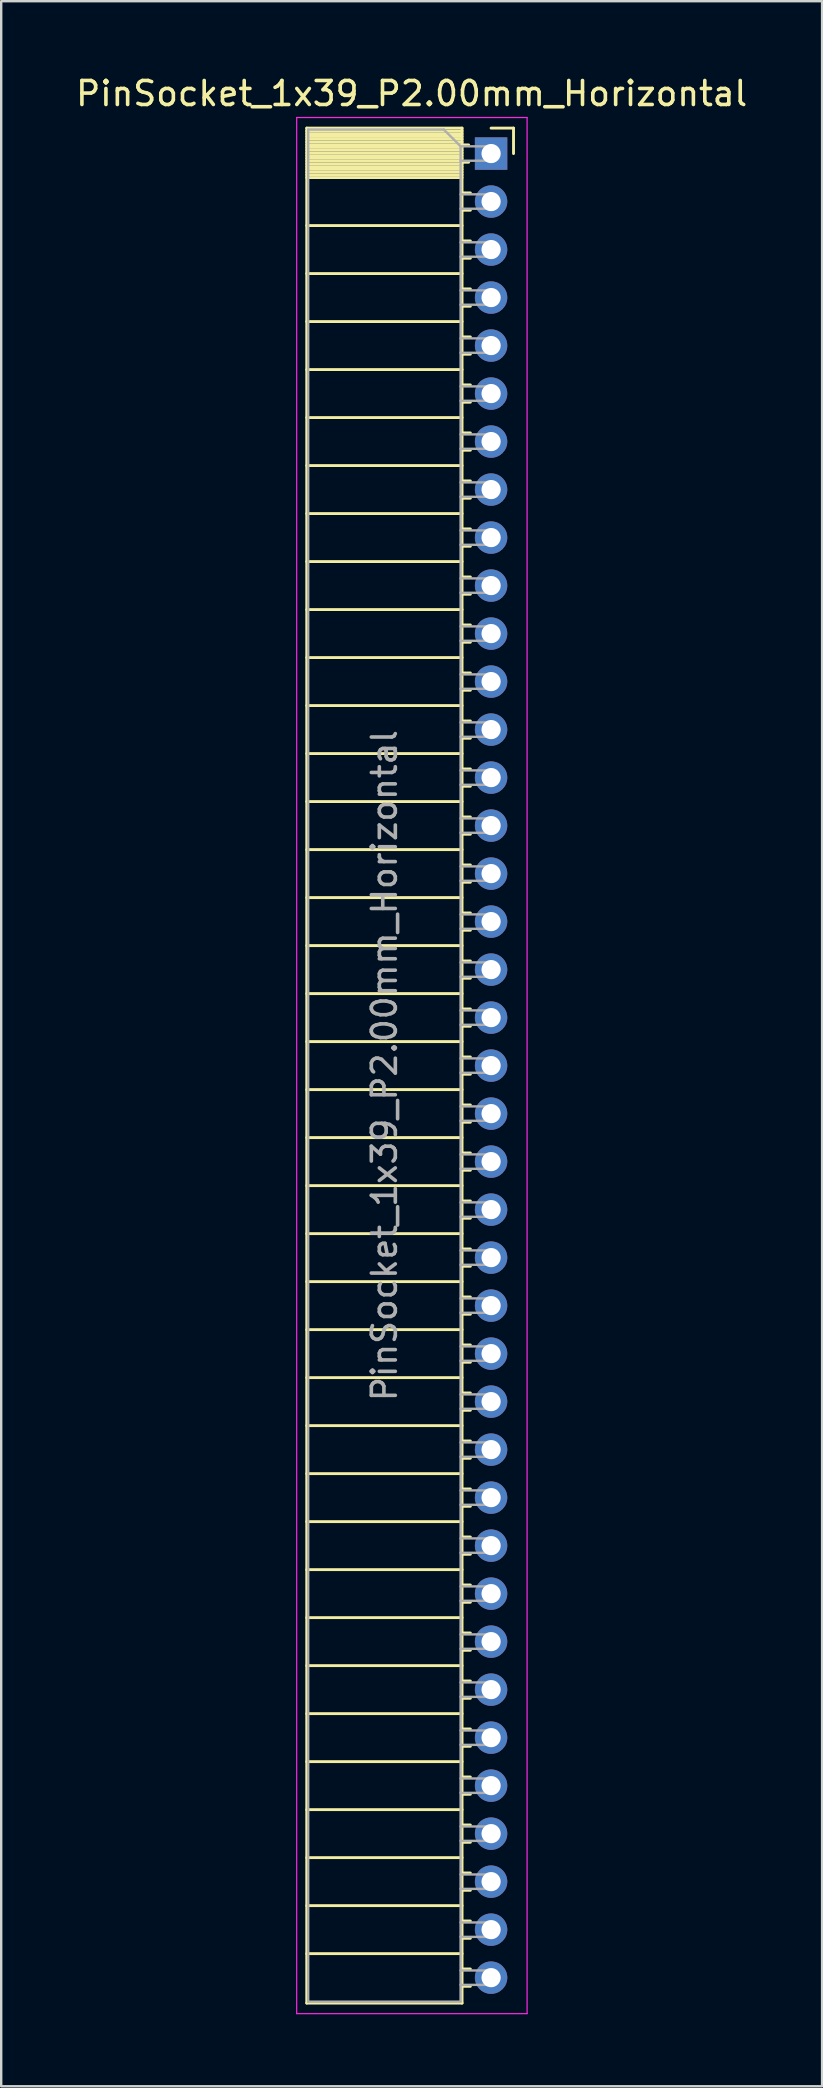
<source format=kicad_pcb>
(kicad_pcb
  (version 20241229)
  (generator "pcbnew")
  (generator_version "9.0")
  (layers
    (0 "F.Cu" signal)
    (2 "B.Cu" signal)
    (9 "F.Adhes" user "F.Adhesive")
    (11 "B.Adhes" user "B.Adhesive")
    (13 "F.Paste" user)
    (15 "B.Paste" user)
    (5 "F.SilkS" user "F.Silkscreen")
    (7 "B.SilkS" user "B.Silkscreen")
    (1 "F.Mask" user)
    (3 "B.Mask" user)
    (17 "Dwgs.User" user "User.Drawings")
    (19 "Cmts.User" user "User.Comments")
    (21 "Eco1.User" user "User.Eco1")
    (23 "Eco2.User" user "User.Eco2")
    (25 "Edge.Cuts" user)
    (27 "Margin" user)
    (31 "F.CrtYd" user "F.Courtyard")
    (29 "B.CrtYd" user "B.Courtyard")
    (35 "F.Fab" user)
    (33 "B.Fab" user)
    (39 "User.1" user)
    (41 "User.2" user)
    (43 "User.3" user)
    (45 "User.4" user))
  (footprint "PinSocket_1x39_P2.00mm_Horizontal"
    (layer "F.Cu")
    (at 17.411 3.348)
    (property "Reference" "PinSocket_1x39_P2.00mm_Horizontal" (at -3.31 -2.5 0) (layer "F.SilkS") (effects (font (size 1 1) (thickness 0.15))))
    (attr through_hole)
    (fp_line (start -7.68 -1.06) (end -7.68 77.06) (stroke (width 0.12) (type solid)) (layer "F.SilkS"))
    (fp_line (start -7.68 -1.06) (end -1.21 -1.06) (stroke (width 0.12) (type solid)) (layer "F.SilkS"))
    (fp_line (start -7.68 -0.94) (end -1.21 -0.94) (stroke (width 0.12) (type solid)) (layer "F.SilkS"))
    (fp_line (start -7.68 -0.826) (end -1.21 -0.826) (stroke (width 0.12) (type solid)) (layer "F.SilkS"))
    (fp_line (start -7.68 -0.712) (end -1.21 -0.712) (stroke (width 0.12) (type solid)) (layer "F.SilkS"))
    (fp_line (start -7.68 -0.598) (end -1.21 -0.598) (stroke (width 0.12) (type solid)) (layer "F.SilkS"))
    (fp_line (start -7.68 -0.484) (end -1.21 -0.484) (stroke (width 0.12) (type solid)) (layer "F.SilkS"))
    (fp_line (start -7.68 -0.369) (end -1.21 -0.369) (stroke (width 0.12) (type solid)) (layer "F.SilkS"))
    (fp_line (start -7.68 -0.255) (end -1.21 -0.255) (stroke (width 0.12) (type solid)) (layer "F.SilkS"))
    (fp_line (start -7.68 -0.141) (end -1.21 -0.141) (stroke (width 0.12) (type solid)) (layer "F.SilkS"))
    (fp_line (start -7.68 -0.027) (end -1.21 -0.027) (stroke (width 0.12) (type solid)) (layer "F.SilkS"))
    (fp_line (start -7.68 0.087) (end -1.21 0.087) (stroke (width 0.12) (type solid)) (layer "F.SilkS"))
    (fp_line (start -7.68 0.201) (end -1.21 0.201) (stroke (width 0.12) (type solid)) (layer "F.SilkS"))
    (fp_line (start -7.68 0.315) (end -1.21 0.315) (stroke (width 0.12) (type solid)) (layer "F.SilkS"))
    (fp_line (start -7.68 0.429) (end -1.21 0.429) (stroke (width 0.12) (type solid)) (layer "F.SilkS"))
    (fp_line (start -7.68 0.544) (end -1.21 0.544) (stroke (width 0.12) (type solid)) (layer "F.SilkS"))
    (fp_line (start -7.68 0.658) (end -1.21 0.658) (stroke (width 0.12) (type solid)) (layer "F.SilkS"))
    (fp_line (start -7.68 0.772) (end -1.21 0.772) (stroke (width 0.12) (type solid)) (layer "F.SilkS"))
    (fp_line (start -7.68 0.886) (end -1.21 0.886) (stroke (width 0.12) (type solid)) (layer "F.SilkS"))
    (fp_line (start -7.68 1) (end -1.21 1) (stroke (width 0.12) (type solid)) (layer "F.SilkS"))
    (fp_line (start -7.68 3) (end -1.21 3) (stroke (width 0.12) (type solid)) (layer "F.SilkS"))
    (fp_line (start -7.68 5) (end -1.21 5) (stroke (width 0.12) (type solid)) (layer "F.SilkS"))
    (fp_line (start -7.68 7) (end -1.21 7) (stroke (width 0.12) (type solid)) (layer "F.SilkS"))
    (fp_line (start -7.68 9) (end -1.21 9) (stroke (width 0.12) (type solid)) (layer "F.SilkS"))
    (fp_line (start -7.68 11) (end -1.21 11) (stroke (width 0.12) (type solid)) (layer "F.SilkS"))
    (fp_line (start -7.68 13) (end -1.21 13) (stroke (width 0.12) (type solid)) (layer "F.SilkS"))
    (fp_line (start -7.68 15) (end -1.21 15) (stroke (width 0.12) (type solid)) (layer "F.SilkS"))
    (fp_line (start -7.68 17) (end -1.21 17) (stroke (width 0.12) (type solid)) (layer "F.SilkS"))
    (fp_line (start -7.68 19) (end -1.21 19) (stroke (width 0.12) (type solid)) (layer "F.SilkS"))
    (fp_line (start -7.68 21) (end -1.21 21) (stroke (width 0.12) (type solid)) (layer "F.SilkS"))
    (fp_line (start -7.68 23) (end -1.21 23) (stroke (width 0.12) (type solid)) (layer "F.SilkS"))
    (fp_line (start -7.68 25) (end -1.21 25) (stroke (width 0.12) (type solid)) (layer "F.SilkS"))
    (fp_line (start -7.68 27) (end -1.21 27) (stroke (width 0.12) (type solid)) (layer "F.SilkS"))
    (fp_line (start -7.68 29) (end -1.21 29) (stroke (width 0.12) (type solid)) (layer "F.SilkS"))
    (fp_line (start -7.68 31) (end -1.21 31) (stroke (width 0.12) (type solid)) (layer "F.SilkS"))
    (fp_line (start -7.68 33) (end -1.21 33) (stroke (width 0.12) (type solid)) (layer "F.SilkS"))
    (fp_line (start -7.68 35) (end -1.21 35) (stroke (width 0.12) (type solid)) (layer "F.SilkS"))
    (fp_line (start -7.68 37) (end -1.21 37) (stroke (width 0.12) (type solid)) (layer "F.SilkS"))
    (fp_line (start -7.68 39) (end -1.21 39) (stroke (width 0.12) (type solid)) (layer "F.SilkS"))
    (fp_line (start -7.68 41) (end -1.21 41) (stroke (width 0.12) (type solid)) (layer "F.SilkS"))
    (fp_line (start -7.68 43) (end -1.21 43) (stroke (width 0.12) (type solid)) (layer "F.SilkS"))
    (fp_line (start -7.68 45) (end -1.21 45) (stroke (width 0.12) (type solid)) (layer "F.SilkS"))
    (fp_line (start -7.68 47) (end -1.21 47) (stroke (width 0.12) (type solid)) (layer "F.SilkS"))
    (fp_line (start -7.68 49) (end -1.21 49) (stroke (width 0.12) (type solid)) (layer "F.SilkS"))
    (fp_line (start -7.68 51) (end -1.21 51) (stroke (width 0.12) (type solid)) (layer "F.SilkS"))
    (fp_line (start -7.68 53) (end -1.21 53) (stroke (width 0.12) (type solid)) (layer "F.SilkS"))
    (fp_line (start -7.68 55) (end -1.21 55) (stroke (width 0.12) (type solid)) (layer "F.SilkS"))
    (fp_line (start -7.68 57) (end -1.21 57) (stroke (width 0.12) (type solid)) (layer "F.SilkS"))
    (fp_line (start -7.68 59) (end -1.21 59) (stroke (width 0.12) (type solid)) (layer "F.SilkS"))
    (fp_line (start -7.68 61) (end -1.21 61) (stroke (width 0.12) (type solid)) (layer "F.SilkS"))
    (fp_line (start -7.68 63) (end -1.21 63) (stroke (width 0.12) (type solid)) (layer "F.SilkS"))
    (fp_line (start -7.68 65) (end -1.21 65) (stroke (width 0.12) (type solid)) (layer "F.SilkS"))
    (fp_line (start -7.68 67) (end -1.21 67) (stroke (width 0.12) (type solid)) (layer "F.SilkS"))
    (fp_line (start -7.68 69) (end -1.21 69) (stroke (width 0.12) (type solid)) (layer "F.SilkS"))
    (fp_line (start -7.68 71) (end -1.21 71) (stroke (width 0.12) (type solid)) (layer "F.SilkS"))
    (fp_line (start -7.68 73) (end -1.21 73) (stroke (width 0.12) (type solid)) (layer "F.SilkS"))
    (fp_line (start -7.68 75) (end -1.21 75) (stroke (width 0.12) (type solid)) (layer "F.SilkS"))
    (fp_line (start -7.68 77.06) (end -1.21 77.06) (stroke (width 0.12) (type solid)) (layer "F.SilkS"))
    (fp_line (start -1.21 -1.06) (end -1.21 77.06) (stroke (width 0.12) (type solid)) (layer "F.SilkS"))
    (fp_line (start -1.21 -0.36) (end -0.935 -0.36) (stroke (width 0.12) (type solid)) (layer "F.SilkS"))
    (fp_line (start -1.21 0.36) (end -0.935 0.36) (stroke (width 0.12) (type solid)) (layer "F.SilkS"))
    (fp_line (start -1.21 1.64) (end -0.863 1.64) (stroke (width 0.12) (type solid)) (layer "F.SilkS"))
    (fp_line (start -1.21 2.36) (end -0.863 2.36) (stroke (width 0.12) (type solid)) (layer "F.SilkS"))
    (fp_line (start -1.21 3.64) (end -0.863 3.64) (stroke (width 0.12) (type solid)) (layer "F.SilkS"))
    (fp_line (start -1.21 4.36) (end -0.863 4.36) (stroke (width 0.12) (type solid)) (layer "F.SilkS"))
    (fp_line (start -1.21 5.64) (end -0.863 5.64) (stroke (width 0.12) (type solid)) (layer "F.SilkS"))
    (fp_line (start -1.21 6.36) (end -0.863 6.36) (stroke (width 0.12) (type solid)) (layer "F.SilkS"))
    (fp_line (start -1.21 7.64) (end -0.863 7.64) (stroke (width 0.12) (type solid)) (layer "F.SilkS"))
    (fp_line (start -1.21 8.36) (end -0.863 8.36) (stroke (width 0.12) (type solid)) (layer "F.SilkS"))
    (fp_line (start -1.21 9.64) (end -0.863 9.64) (stroke (width 0.12) (type solid)) (layer "F.SilkS"))
    (fp_line (start -1.21 10.36) (end -0.863 10.36) (stroke (width 0.12) (type solid)) (layer "F.SilkS"))
    (fp_line (start -1.21 11.64) (end -0.863 11.64) (stroke (width 0.12) (type solid)) (layer "F.SilkS"))
    (fp_line (start -1.21 12.36) (end -0.863 12.36) (stroke (width 0.12) (type solid)) (layer "F.SilkS"))
    (fp_line (start -1.21 13.64) (end -0.863 13.64) (stroke (width 0.12) (type solid)) (layer "F.SilkS"))
    (fp_line (start -1.21 14.36) (end -0.863 14.36) (stroke (width 0.12) (type solid)) (layer "F.SilkS"))
    (fp_line (start -1.21 15.64) (end -0.863 15.64) (stroke (width 0.12) (type solid)) (layer "F.SilkS"))
    (fp_line (start -1.21 16.36) (end -0.863 16.36) (stroke (width 0.12) (type solid)) (layer "F.SilkS"))
    (fp_line (start -1.21 17.64) (end -0.863 17.64) (stroke (width 0.12) (type solid)) (layer "F.SilkS"))
    (fp_line (start -1.21 18.36) (end -0.863 18.36) (stroke (width 0.12) (type solid)) (layer "F.SilkS"))
    (fp_line (start -1.21 19.64) (end -0.863 19.64) (stroke (width 0.12) (type solid)) (layer "F.SilkS"))
    (fp_line (start -1.21 20.36) (end -0.863 20.36) (stroke (width 0.12) (type solid)) (layer "F.SilkS"))
    (fp_line (start -1.21 21.64) (end -0.863 21.64) (stroke (width 0.12) (type solid)) (layer "F.SilkS"))
    (fp_line (start -1.21 22.36) (end -0.863 22.36) (stroke (width 0.12) (type solid)) (layer "F.SilkS"))
    (fp_line (start -1.21 23.64) (end -0.863 23.64) (stroke (width 0.12) (type solid)) (layer "F.SilkS"))
    (fp_line (start -1.21 24.36) (end -0.863 24.36) (stroke (width 0.12) (type solid)) (layer "F.SilkS"))
    (fp_line (start -1.21 25.64) (end -0.863 25.64) (stroke (width 0.12) (type solid)) (layer "F.SilkS"))
    (fp_line (start -1.21 26.36) (end -0.863 26.36) (stroke (width 0.12) (type solid)) (layer "F.SilkS"))
    (fp_line (start -1.21 27.64) (end -0.863 27.64) (stroke (width 0.12) (type solid)) (layer "F.SilkS"))
    (fp_line (start -1.21 28.36) (end -0.863 28.36) (stroke (width 0.12) (type solid)) (layer "F.SilkS"))
    (fp_line (start -1.21 29.64) (end -0.863 29.64) (stroke (width 0.12) (type solid)) (layer "F.SilkS"))
    (fp_line (start -1.21 30.36) (end -0.863 30.36) (stroke (width 0.12) (type solid)) (layer "F.SilkS"))
    (fp_line (start -1.21 31.64) (end -0.863 31.64) (stroke (width 0.12) (type solid)) (layer "F.SilkS"))
    (fp_line (start -1.21 32.36) (end -0.863 32.36) (stroke (width 0.12) (type solid)) (layer "F.SilkS"))
    (fp_line (start -1.21 33.64) (end -0.863 33.64) (stroke (width 0.12) (type solid)) (layer "F.SilkS"))
    (fp_line (start -1.21 34.36) (end -0.863 34.36) (stroke (width 0.12) (type solid)) (layer "F.SilkS"))
    (fp_line (start -1.21 35.64) (end -0.863 35.64) (stroke (width 0.12) (type solid)) (layer "F.SilkS"))
    (fp_line (start -1.21 36.36) (end -0.863 36.36) (stroke (width 0.12) (type solid)) (layer "F.SilkS"))
    (fp_line (start -1.21 37.64) (end -0.863 37.64) (stroke (width 0.12) (type solid)) (layer "F.SilkS"))
    (fp_line (start -1.21 38.36) (end -0.863 38.36) (stroke (width 0.12) (type solid)) (layer "F.SilkS"))
    (fp_line (start -1.21 39.64) (end -0.863 39.64) (stroke (width 0.12) (type solid)) (layer "F.SilkS"))
    (fp_line (start -1.21 40.36) (end -0.863 40.36) (stroke (width 0.12) (type solid)) (layer "F.SilkS"))
    (fp_line (start -1.21 41.64) (end -0.863 41.64) (stroke (width 0.12) (type solid)) (layer "F.SilkS"))
    (fp_line (start -1.21 42.36) (end -0.863 42.36) (stroke (width 0.12) (type solid)) (layer "F.SilkS"))
    (fp_line (start -1.21 43.64) (end -0.863 43.64) (stroke (width 0.12) (type solid)) (layer "F.SilkS"))
    (fp_line (start -1.21 44.36) (end -0.863 44.36) (stroke (width 0.12) (type solid)) (layer "F.SilkS"))
    (fp_line (start -1.21 45.64) (end -0.863 45.64) (stroke (width 0.12) (type solid)) (layer "F.SilkS"))
    (fp_line (start -1.21 46.36) (end -0.863 46.36) (stroke (width 0.12) (type solid)) (layer "F.SilkS"))
    (fp_line (start -1.21 47.64) (end -0.863 47.64) (stroke (width 0.12) (type solid)) (layer "F.SilkS"))
    (fp_line (start -1.21 48.36) (end -0.863 48.36) (stroke (width 0.12) (type solid)) (layer "F.SilkS"))
    (fp_line (start -1.21 49.64) (end -0.863 49.64) (stroke (width 0.12) (type solid)) (layer "F.SilkS"))
    (fp_line (start -1.21 50.36) (end -0.863 50.36) (stroke (width 0.12) (type solid)) (layer "F.SilkS"))
    (fp_line (start -1.21 51.64) (end -0.863 51.64) (stroke (width 0.12) (type solid)) (layer "F.SilkS"))
    (fp_line (start -1.21 52.36) (end -0.863 52.36) (stroke (width 0.12) (type solid)) (layer "F.SilkS"))
    (fp_line (start -1.21 53.64) (end -0.863 53.64) (stroke (width 0.12) (type solid)) (layer "F.SilkS"))
    (fp_line (start -1.21 54.36) (end -0.863 54.36) (stroke (width 0.12) (type solid)) (layer "F.SilkS"))
    (fp_line (start -1.21 55.64) (end -0.863 55.64) (stroke (width 0.12) (type solid)) (layer "F.SilkS"))
    (fp_line (start -1.21 56.36) (end -0.863 56.36) (stroke (width 0.12) (type solid)) (layer "F.SilkS"))
    (fp_line (start -1.21 57.64) (end -0.863 57.64) (stroke (width 0.12) (type solid)) (layer "F.SilkS"))
    (fp_line (start -1.21 58.36) (end -0.863 58.36) (stroke (width 0.12) (type solid)) (layer "F.SilkS"))
    (fp_line (start -1.21 59.64) (end -0.863 59.64) (stroke (width 0.12) (type solid)) (layer "F.SilkS"))
    (fp_line (start -1.21 60.36) (end -0.863 60.36) (stroke (width 0.12) (type solid)) (layer "F.SilkS"))
    (fp_line (start -1.21 61.64) (end -0.863 61.64) (stroke (width 0.12) (type solid)) (layer "F.SilkS"))
    (fp_line (start -1.21 62.36) (end -0.863 62.36) (stroke (width 0.12) (type solid)) (layer "F.SilkS"))
    (fp_line (start -1.21 63.64) (end -0.863 63.64) (stroke (width 0.12) (type solid)) (layer "F.SilkS"))
    (fp_line (start -1.21 64.36) (end -0.863 64.36) (stroke (width 0.12) (type solid)) (layer "F.SilkS"))
    (fp_line (start -1.21 65.64) (end -0.863 65.64) (stroke (width 0.12) (type solid)) (layer "F.SilkS"))
    (fp_line (start -1.21 66.36) (end -0.863 66.36) (stroke (width 0.12) (type solid)) (layer "F.SilkS"))
    (fp_line (start -1.21 67.64) (end -0.863 67.64) (stroke (width 0.12) (type solid)) (layer "F.SilkS"))
    (fp_line (start -1.21 68.36) (end -0.863 68.36) (stroke (width 0.12) (type solid)) (layer "F.SilkS"))
    (fp_line (start -1.21 69.64) (end -0.863 69.64) (stroke (width 0.12) (type solid)) (layer "F.SilkS"))
    (fp_line (start -1.21 70.36) (end -0.863 70.36) (stroke (width 0.12) (type solid)) (layer "F.SilkS"))
    (fp_line (start -1.21 71.64) (end -0.863 71.64) (stroke (width 0.12) (type solid)) (layer "F.SilkS"))
    (fp_line (start -1.21 72.36) (end -0.863 72.36) (stroke (width 0.12) (type solid)) (layer "F.SilkS"))
    (fp_line (start -1.21 73.64) (end -0.863 73.64) (stroke (width 0.12) (type solid)) (layer "F.SilkS"))
    (fp_line (start -1.21 74.36) (end -0.863 74.36) (stroke (width 0.12) (type solid)) (layer "F.SilkS"))
    (fp_line (start -1.21 75.64) (end -0.863 75.64) (stroke (width 0.12) (type solid)) (layer "F.SilkS"))
    (fp_line (start -1.21 76.36) (end -0.863 76.36) (stroke (width 0.12) (type solid)) (layer "F.SilkS"))
    (fp_line (start 0 -1.06) (end 0.935 -1.06) (stroke (width 0.12) (type solid)) (layer "F.SilkS"))
    (fp_line (start 0.935 -1.06) (end 0.935 0) (stroke (width 0.12) (type solid)) (layer "F.SilkS"))
    (fp_line (start -8.1 -1.5) (end -8.1 77.5) (stroke (width 0.05) (type solid)) (layer "F.CrtYd"))
    (fp_line (start -8.1 77.5) (end 1.5 77.5) (stroke (width 0.05) (type solid)) (layer "F.CrtYd"))
    (fp_line (start 1.5 -1.5) (end -8.1 -1.5) (stroke (width 0.05) (type solid)) (layer "F.CrtYd"))
    (fp_line (start 1.5 77.5) (end 1.5 -1.5) (stroke (width 0.05) (type solid)) (layer "F.CrtYd"))
    (fp_line (start -7.62 -1) (end -1.97 -1) (stroke (width 0.1) (type solid)) (layer "F.Fab"))
    (fp_line (start -7.62 77) (end -7.62 -1) (stroke (width 0.1) (type solid)) (layer "F.Fab"))
    (fp_line (start -1.97 -1) (end -1.27 -0.3) (stroke (width 0.1) (type solid)) (layer "F.Fab"))
    (fp_line (start -1.27 -0.3) (end -1.27 77) (stroke (width 0.1) (type solid)) (layer "F.Fab"))
    (fp_line (start -1.27 0.3) (end 0 0.3) (stroke (width 0.1) (type solid)) (layer "F.Fab"))
    (fp_line (start -1.27 2.3) (end 0 2.3) (stroke (width 0.1) (type solid)) (layer "F.Fab"))
    (fp_line (start -1.27 4.3) (end 0 4.3) (stroke (width 0.1) (type solid)) (layer "F.Fab"))
    (fp_line (start -1.27 6.3) (end 0 6.3) (stroke (width 0.1) (type solid)) (layer "F.Fab"))
    (fp_line (start -1.27 8.3) (end 0 8.3) (stroke (width 0.1) (type solid)) (layer "F.Fab"))
    (fp_line (start -1.27 10.3) (end 0 10.3) (stroke (width 0.1) (type solid)) (layer "F.Fab"))
    (fp_line (start -1.27 12.3) (end 0 12.3) (stroke (width 0.1) (type solid)) (layer "F.Fab"))
    (fp_line (start -1.27 14.3) (end 0 14.3) (stroke (width 0.1) (type solid)) (layer "F.Fab"))
    (fp_line (start -1.27 16.3) (end 0 16.3) (stroke (width 0.1) (type solid)) (layer "F.Fab"))
    (fp_line (start -1.27 18.3) (end 0 18.3) (stroke (width 0.1) (type solid)) (layer "F.Fab"))
    (fp_line (start -1.27 20.3) (end 0 20.3) (stroke (width 0.1) (type solid)) (layer "F.Fab"))
    (fp_line (start -1.27 22.3) (end 0 22.3) (stroke (width 0.1) (type solid)) (layer "F.Fab"))
    (fp_line (start -1.27 24.3) (end 0 24.3) (stroke (width 0.1) (type solid)) (layer "F.Fab"))
    (fp_line (start -1.27 26.3) (end 0 26.3) (stroke (width 0.1) (type solid)) (layer "F.Fab"))
    (fp_line (start -1.27 28.3) (end 0 28.3) (stroke (width 0.1) (type solid)) (layer "F.Fab"))
    (fp_line (start -1.27 30.3) (end 0 30.3) (stroke (width 0.1) (type solid)) (layer "F.Fab"))
    (fp_line (start -1.27 32.3) (end 0 32.3) (stroke (width 0.1) (type solid)) (layer "F.Fab"))
    (fp_line (start -1.27 34.3) (end 0 34.3) (stroke (width 0.1) (type solid)) (layer "F.Fab"))
    (fp_line (start -1.27 36.3) (end 0 36.3) (stroke (width 0.1) (type solid)) (layer "F.Fab"))
    (fp_line (start -1.27 38.3) (end 0 38.3) (stroke (width 0.1) (type solid)) (layer "F.Fab"))
    (fp_line (start -1.27 40.3) (end 0 40.3) (stroke (width 0.1) (type solid)) (layer "F.Fab"))
    (fp_line (start -1.27 42.3) (end 0 42.3) (stroke (width 0.1) (type solid)) (layer "F.Fab"))
    (fp_line (start -1.27 44.3) (end 0 44.3) (stroke (width 0.1) (type solid)) (layer "F.Fab"))
    (fp_line (start -1.27 46.3) (end 0 46.3) (stroke (width 0.1) (type solid)) (layer "F.Fab"))
    (fp_line (start -1.27 48.3) (end 0 48.3) (stroke (width 0.1) (type solid)) (layer "F.Fab"))
    (fp_line (start -1.27 50.3) (end 0 50.3) (stroke (width 0.1) (type solid)) (layer "F.Fab"))
    (fp_line (start -1.27 52.3) (end 0 52.3) (stroke (width 0.1) (type solid)) (layer "F.Fab"))
    (fp_line (start -1.27 54.3) (end 0 54.3) (stroke (width 0.1) (type solid)) (layer "F.Fab"))
    (fp_line (start -1.27 56.3) (end 0 56.3) (stroke (width 0.1) (type solid)) (layer "F.Fab"))
    (fp_line (start -1.27 58.3) (end 0 58.3) (stroke (width 0.1) (type solid)) (layer "F.Fab"))
    (fp_line (start -1.27 60.3) (end 0 60.3) (stroke (width 0.1) (type solid)) (layer "F.Fab"))
    (fp_line (start -1.27 62.3) (end 0 62.3) (stroke (width 0.1) (type solid)) (layer "F.Fab"))
    (fp_line (start -1.27 64.3) (end 0 64.3) (stroke (width 0.1) (type solid)) (layer "F.Fab"))
    (fp_line (start -1.27 66.3) (end 0 66.3) (stroke (width 0.1) (type solid)) (layer "F.Fab"))
    (fp_line (start -1.27 68.3) (end 0 68.3) (stroke (width 0.1) (type solid)) (layer "F.Fab"))
    (fp_line (start -1.27 70.3) (end 0 70.3) (stroke (width 0.1) (type solid)) (layer "F.Fab"))
    (fp_line (start -1.27 72.3) (end 0 72.3) (stroke (width 0.1) (type solid)) (layer "F.Fab"))
    (fp_line (start -1.27 74.3) (end 0 74.3) (stroke (width 0.1) (type solid)) (layer "F.Fab"))
    (fp_line (start -1.27 76.3) (end 0 76.3) (stroke (width 0.1) (type solid)) (layer "F.Fab"))
    (fp_line (start -1.27 77) (end -7.62 77) (stroke (width 0.1) (type solid)) (layer "F.Fab"))
    (fp_line (start 0 -0.3) (end -1.27 -0.3) (stroke (width 0.1) (type solid)) (layer "F.Fab"))
    (fp_line (start 0 0.3) (end 0 -0.3) (stroke (width 0.1) (type solid)) (layer "F.Fab"))
    (fp_line (start 0 1.7) (end -1.27 1.7) (stroke (width 0.1) (type solid)) (layer "F.Fab"))
    (fp_line (start 0 2.3) (end 0 1.7) (stroke (width 0.1) (type solid)) (layer "F.Fab"))
    (fp_line (start 0 3.7) (end -1.27 3.7) (stroke (width 0.1) (type solid)) (layer "F.Fab"))
    (fp_line (start 0 4.3) (end 0 3.7) (stroke (width 0.1) (type solid)) (layer "F.Fab"))
    (fp_line (start 0 5.7) (end -1.27 5.7) (stroke (width 0.1) (type solid)) (layer "F.Fab"))
    (fp_line (start 0 6.3) (end 0 5.7) (stroke (width 0.1) (type solid)) (layer "F.Fab"))
    (fp_line (start 0 7.7) (end -1.27 7.7) (stroke (width 0.1) (type solid)) (layer "F.Fab"))
    (fp_line (start 0 8.3) (end 0 7.7) (stroke (width 0.1) (type solid)) (layer "F.Fab"))
    (fp_line (start 0 9.7) (end -1.27 9.7) (stroke (width 0.1) (type solid)) (layer "F.Fab"))
    (fp_line (start 0 10.3) (end 0 9.7) (stroke (width 0.1) (type solid)) (layer "F.Fab"))
    (fp_line (start 0 11.7) (end -1.27 11.7) (stroke (width 0.1) (type solid)) (layer "F.Fab"))
    (fp_line (start 0 12.3) (end 0 11.7) (stroke (width 0.1) (type solid)) (layer "F.Fab"))
    (fp_line (start 0 13.7) (end -1.27 13.7) (stroke (width 0.1) (type solid)) (layer "F.Fab"))
    (fp_line (start 0 14.3) (end 0 13.7) (stroke (width 0.1) (type solid)) (layer "F.Fab"))
    (fp_line (start 0 15.7) (end -1.27 15.7) (stroke (width 0.1) (type solid)) (layer "F.Fab"))
    (fp_line (start 0 16.3) (end 0 15.7) (stroke (width 0.1) (type solid)) (layer "F.Fab"))
    (fp_line (start 0 17.7) (end -1.27 17.7) (stroke (width 0.1) (type solid)) (layer "F.Fab"))
    (fp_line (start 0 18.3) (end 0 17.7) (stroke (width 0.1) (type solid)) (layer "F.Fab"))
    (fp_line (start 0 19.7) (end -1.27 19.7) (stroke (width 0.1) (type solid)) (layer "F.Fab"))
    (fp_line (start 0 20.3) (end 0 19.7) (stroke (width 0.1) (type solid)) (layer "F.Fab"))
    (fp_line (start 0 21.7) (end -1.27 21.7) (stroke (width 0.1) (type solid)) (layer "F.Fab"))
    (fp_line (start 0 22.3) (end 0 21.7) (stroke (width 0.1) (type solid)) (layer "F.Fab"))
    (fp_line (start 0 23.7) (end -1.27 23.7) (stroke (width 0.1) (type solid)) (layer "F.Fab"))
    (fp_line (start 0 24.3) (end 0 23.7) (stroke (width 0.1) (type solid)) (layer "F.Fab"))
    (fp_line (start 0 25.7) (end -1.27 25.7) (stroke (width 0.1) (type solid)) (layer "F.Fab"))
    (fp_line (start 0 26.3) (end 0 25.7) (stroke (width 0.1) (type solid)) (layer "F.Fab"))
    (fp_line (start 0 27.7) (end -1.27 27.7) (stroke (width 0.1) (type solid)) (layer "F.Fab"))
    (fp_line (start 0 28.3) (end 0 27.7) (stroke (width 0.1) (type solid)) (layer "F.Fab"))
    (fp_line (start 0 29.7) (end -1.27 29.7) (stroke (width 0.1) (type solid)) (layer "F.Fab"))
    (fp_line (start 0 30.3) (end 0 29.7) (stroke (width 0.1) (type solid)) (layer "F.Fab"))
    (fp_line (start 0 31.7) (end -1.27 31.7) (stroke (width 0.1) (type solid)) (layer "F.Fab"))
    (fp_line (start 0 32.3) (end 0 31.7) (stroke (width 0.1) (type solid)) (layer "F.Fab"))
    (fp_line (start 0 33.7) (end -1.27 33.7) (stroke (width 0.1) (type solid)) (layer "F.Fab"))
    (fp_line (start 0 34.3) (end 0 33.7) (stroke (width 0.1) (type solid)) (layer "F.Fab"))
    (fp_line (start 0 35.7) (end -1.27 35.7) (stroke (width 0.1) (type solid)) (layer "F.Fab"))
    (fp_line (start 0 36.3) (end 0 35.7) (stroke (width 0.1) (type solid)) (layer "F.Fab"))
    (fp_line (start 0 37.7) (end -1.27 37.7) (stroke (width 0.1) (type solid)) (layer "F.Fab"))
    (fp_line (start 0 38.3) (end 0 37.7) (stroke (width 0.1) (type solid)) (layer "F.Fab"))
    (fp_line (start 0 39.7) (end -1.27 39.7) (stroke (width 0.1) (type solid)) (layer "F.Fab"))
    (fp_line (start 0 40.3) (end 0 39.7) (stroke (width 0.1) (type solid)) (layer "F.Fab"))
    (fp_line (start 0 41.7) (end -1.27 41.7) (stroke (width 0.1) (type solid)) (layer "F.Fab"))
    (fp_line (start 0 42.3) (end 0 41.7) (stroke (width 0.1) (type solid)) (layer "F.Fab"))
    (fp_line (start 0 43.7) (end -1.27 43.7) (stroke (width 0.1) (type solid)) (layer "F.Fab"))
    (fp_line (start 0 44.3) (end 0 43.7) (stroke (width 0.1) (type solid)) (layer "F.Fab"))
    (fp_line (start 0 45.7) (end -1.27 45.7) (stroke (width 0.1) (type solid)) (layer "F.Fab"))
    (fp_line (start 0 46.3) (end 0 45.7) (stroke (width 0.1) (type solid)) (layer "F.Fab"))
    (fp_line (start 0 47.7) (end -1.27 47.7) (stroke (width 0.1) (type solid)) (layer "F.Fab"))
    (fp_line (start 0 48.3) (end 0 47.7) (stroke (width 0.1) (type solid)) (layer "F.Fab"))
    (fp_line (start 0 49.7) (end -1.27 49.7) (stroke (width 0.1) (type solid)) (layer "F.Fab"))
    (fp_line (start 0 50.3) (end 0 49.7) (stroke (width 0.1) (type solid)) (layer "F.Fab"))
    (fp_line (start 0 51.7) (end -1.27 51.7) (stroke (width 0.1) (type solid)) (layer "F.Fab"))
    (fp_line (start 0 52.3) (end 0 51.7) (stroke (width 0.1) (type solid)) (layer "F.Fab"))
    (fp_line (start 0 53.7) (end -1.27 53.7) (stroke (width 0.1) (type solid)) (layer "F.Fab"))
    (fp_line (start 0 54.3) (end 0 53.7) (stroke (width 0.1) (type solid)) (layer "F.Fab"))
    (fp_line (start 0 55.7) (end -1.27 55.7) (stroke (width 0.1) (type solid)) (layer "F.Fab"))
    (fp_line (start 0 56.3) (end 0 55.7) (stroke (width 0.1) (type solid)) (layer "F.Fab"))
    (fp_line (start 0 57.7) (end -1.27 57.7) (stroke (width 0.1) (type solid)) (layer "F.Fab"))
    (fp_line (start 0 58.3) (end 0 57.7) (stroke (width 0.1) (type solid)) (layer "F.Fab"))
    (fp_line (start 0 59.7) (end -1.27 59.7) (stroke (width 0.1) (type solid)) (layer "F.Fab"))
    (fp_line (start 0 60.3) (end 0 59.7) (stroke (width 0.1) (type solid)) (layer "F.Fab"))
    (fp_line (start 0 61.7) (end -1.27 61.7) (stroke (width 0.1) (type solid)) (layer "F.Fab"))
    (fp_line (start 0 62.3) (end 0 61.7) (stroke (width 0.1) (type solid)) (layer "F.Fab"))
    (fp_line (start 0 63.7) (end -1.27 63.7) (stroke (width 0.1) (type solid)) (layer "F.Fab"))
    (fp_line (start 0 64.3) (end 0 63.7) (stroke (width 0.1) (type solid)) (layer "F.Fab"))
    (fp_line (start 0 65.7) (end -1.27 65.7) (stroke (width 0.1) (type solid)) (layer "F.Fab"))
    (fp_line (start 0 66.3) (end 0 65.7) (stroke (width 0.1) (type solid)) (layer "F.Fab"))
    (fp_line (start 0 67.7) (end -1.27 67.7) (stroke (width 0.1) (type solid)) (layer "F.Fab"))
    (fp_line (start 0 68.3) (end 0 67.7) (stroke (width 0.1) (type solid)) (layer "F.Fab"))
    (fp_line (start 0 69.7) (end -1.27 69.7) (stroke (width 0.1) (type solid)) (layer "F.Fab"))
    (fp_line (start 0 70.3) (end 0 69.7) (stroke (width 0.1) (type solid)) (layer "F.Fab"))
    (fp_line (start 0 71.7) (end -1.27 71.7) (stroke (width 0.1) (type solid)) (layer "F.Fab"))
    (fp_line (start 0 72.3) (end 0 71.7) (stroke (width 0.1) (type solid)) (layer "F.Fab"))
    (fp_line (start 0 73.7) (end -1.27 73.7) (stroke (width 0.1) (type solid)) (layer "F.Fab"))
    (fp_line (start 0 74.3) (end 0 73.7) (stroke (width 0.1) (type solid)) (layer "F.Fab"))
    (fp_line (start 0 75.7) (end -1.27 75.7) (stroke (width 0.1) (type solid)) (layer "F.Fab"))
    (fp_line (start 0 76.3) (end 0 75.7) (stroke (width 0.1) (type solid)) (layer "F.Fab"))
    (fp_text user "${REFERENCE}" (at -4.445 38 90) (layer "F.Fab") (effects (font (size 1 1) (thickness 0.15))))
    (pad "1" thru_hole rect (at 0 0) (size 1.35 1.35) (drill 0.8) (layers "*.Cu" "*.Mask"))
    (pad "2" thru_hole circle (at 0 2) (size 1.35 1.35) (drill 0.8) (layers "*.Cu" "*.Mask"))
    (pad "3" thru_hole circle (at 0 4) (size 1.35 1.35) (drill 0.8) (layers "*.Cu" "*.Mask"))
    (pad "4" thru_hole circle (at 0 6) (size 1.35 1.35) (drill 0.8) (layers "*.Cu" "*.Mask"))
    (pad "5" thru_hole circle (at 0 8) (size 1.35 1.35) (drill 0.8) (layers "*.Cu" "*.Mask"))
    (pad "6" thru_hole circle (at 0 10) (size 1.35 1.35) (drill 0.8) (layers "*.Cu" "*.Mask"))
    (pad "7" thru_hole circle (at 0 12) (size 1.35 1.35) (drill 0.8) (layers "*.Cu" "*.Mask"))
    (pad "8" thru_hole circle (at 0 14) (size 1.35 1.35) (drill 0.8) (layers "*.Cu" "*.Mask"))
    (pad "9" thru_hole circle (at 0 16) (size 1.35 1.35) (drill 0.8) (layers "*.Cu" "*.Mask"))
    (pad "10" thru_hole circle (at 0 18) (size 1.35 1.35) (drill 0.8) (layers "*.Cu" "*.Mask"))
    (pad "11" thru_hole circle (at 0 20) (size 1.35 1.35) (drill 0.8) (layers "*.Cu" "*.Mask"))
    (pad "12" thru_hole circle (at 0 22) (size 1.35 1.35) (drill 0.8) (layers "*.Cu" "*.Mask"))
    (pad "13" thru_hole circle (at 0 24) (size 1.35 1.35) (drill 0.8) (layers "*.Cu" "*.Mask"))
    (pad "14" thru_hole circle (at 0 26) (size 1.35 1.35) (drill 0.8) (layers "*.Cu" "*.Mask"))
    (pad "15" thru_hole circle (at 0 28) (size 1.35 1.35) (drill 0.8) (layers "*.Cu" "*.Mask"))
    (pad "16" thru_hole circle (at 0 30) (size 1.35 1.35) (drill 0.8) (layers "*.Cu" "*.Mask"))
    (pad "17" thru_hole circle (at 0 32) (size 1.35 1.35) (drill 0.8) (layers "*.Cu" "*.Mask"))
    (pad "18" thru_hole circle (at 0 34) (size 1.35 1.35) (drill 0.8) (layers "*.Cu" "*.Mask"))
    (pad "19" thru_hole circle (at 0 36) (size 1.35 1.35) (drill 0.8) (layers "*.Cu" "*.Mask"))
    (pad "20" thru_hole circle (at 0 38) (size 1.35 1.35) (drill 0.8) (layers "*.Cu" "*.Mask"))
    (pad "21" thru_hole circle (at 0 40) (size 1.35 1.35) (drill 0.8) (layers "*.Cu" "*.Mask"))
    (pad "22" thru_hole circle (at 0 42) (size 1.35 1.35) (drill 0.8) (layers "*.Cu" "*.Mask"))
    (pad "23" thru_hole circle (at 0 44) (size 1.35 1.35) (drill 0.8) (layers "*.Cu" "*.Mask"))
    (pad "24" thru_hole circle (at 0 46) (size 1.35 1.35) (drill 0.8) (layers "*.Cu" "*.Mask"))
    (pad "25" thru_hole circle (at 0 48) (size 1.35 1.35) (drill 0.8) (layers "*.Cu" "*.Mask"))
    (pad "26" thru_hole circle (at 0 50) (size 1.35 1.35) (drill 0.8) (layers "*.Cu" "*.Mask"))
    (pad "27" thru_hole circle (at 0 52) (size 1.35 1.35) (drill 0.8) (layers "*.Cu" "*.Mask"))
    (pad "28" thru_hole circle (at 0 54) (size 1.35 1.35) (drill 0.8) (layers "*.Cu" "*.Mask"))
    (pad "29" thru_hole circle (at 0 56) (size 1.35 1.35) (drill 0.8) (layers "*.Cu" "*.Mask"))
    (pad "30" thru_hole circle (at 0 58) (size 1.35 1.35) (drill 0.8) (layers "*.Cu" "*.Mask"))
    (pad "31" thru_hole circle (at 0 60) (size 1.35 1.35) (drill 0.8) (layers "*.Cu" "*.Mask"))
    (pad "32" thru_hole circle (at 0 62) (size 1.35 1.35) (drill 0.8) (layers "*.Cu" "*.Mask"))
    (pad "33" thru_hole circle (at 0 64) (size 1.35 1.35) (drill 0.8) (layers "*.Cu" "*.Mask"))
    (pad "34" thru_hole circle (at 0 66) (size 1.35 1.35) (drill 0.8) (layers "*.Cu" "*.Mask"))
    (pad "35" thru_hole circle (at 0 68) (size 1.35 1.35) (drill 0.8) (layers "*.Cu" "*.Mask"))
    (pad "36" thru_hole circle (at 0 70) (size 1.35 1.35) (drill 0.8) (layers "*.Cu" "*.Mask"))
    (pad "37" thru_hole circle (at 0 72) (size 1.35 1.35) (drill 0.8) (layers "*.Cu" "*.Mask"))
    (pad "38" thru_hole circle (at 0 74) (size 1.35 1.35) (drill 0.8) (layers "*.Cu" "*.Mask"))
    (pad "39" thru_hole circle (at 0 76) (size 1.35 1.35) (drill 0.8) (layers "*.Cu" "*.Mask")))
  (gr_rect
    (start -3 -3)
    (end 31.202 83.873)
    (stroke (width 0.1) (type default))
    (fill no)
    (layer "Edge.Cuts")))
</source>
